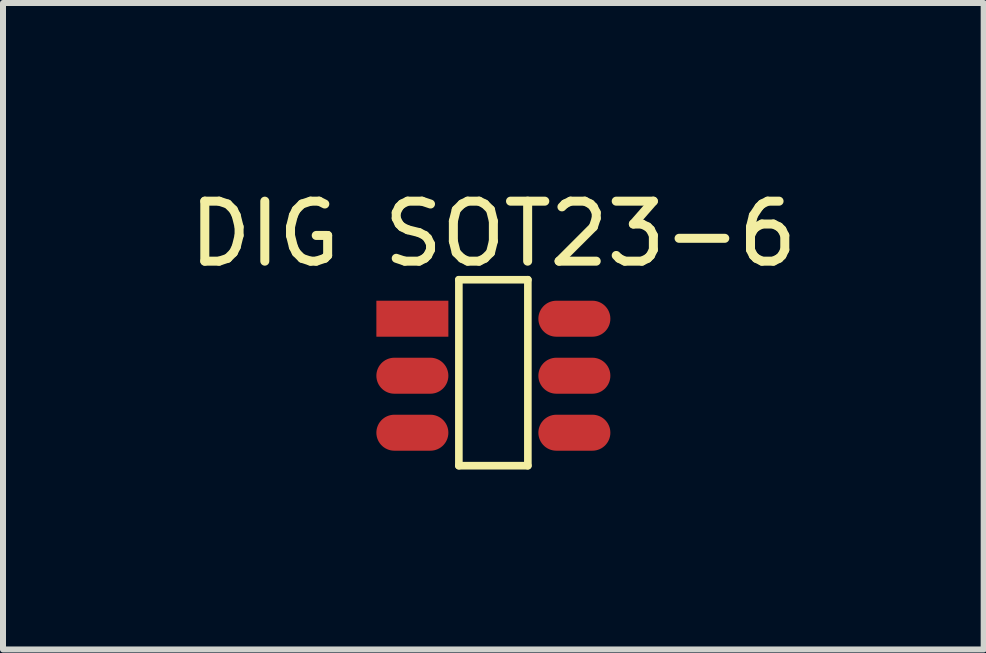
<source format=kicad_pcb>
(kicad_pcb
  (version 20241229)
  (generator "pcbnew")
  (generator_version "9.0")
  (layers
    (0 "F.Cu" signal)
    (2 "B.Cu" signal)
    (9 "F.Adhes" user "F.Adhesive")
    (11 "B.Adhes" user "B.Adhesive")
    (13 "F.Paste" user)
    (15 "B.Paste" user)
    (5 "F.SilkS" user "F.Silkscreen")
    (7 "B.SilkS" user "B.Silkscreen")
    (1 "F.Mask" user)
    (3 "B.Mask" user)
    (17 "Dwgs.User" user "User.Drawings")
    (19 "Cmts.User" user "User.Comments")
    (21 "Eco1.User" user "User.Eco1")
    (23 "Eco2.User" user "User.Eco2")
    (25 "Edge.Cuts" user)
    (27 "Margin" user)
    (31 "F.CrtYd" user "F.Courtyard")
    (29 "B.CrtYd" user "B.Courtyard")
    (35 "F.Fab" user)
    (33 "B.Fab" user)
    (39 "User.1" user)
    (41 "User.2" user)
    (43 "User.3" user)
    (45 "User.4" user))
  (footprint "DIG SOT23-6"
    (layer "F.Cu")
    (at 5.173 3.212)
    (property "Reference" "DIG SOT23-6" (at 0 -2.364 0) (layer "F.SilkS") (effects (font (size 1 1) (thickness 0.15))))
    (fp_line (start -0.575 -1.6) (end 0.575 -1.6) (stroke (width 0.127) (type solid)) (layer "F.SilkS"))
    (fp_line (start -0.575 1.5) (end -0.575 -1.6) (stroke (width 0.127) (type solid)) (layer "F.SilkS"))
    (fp_line (start -0.575 1.5) (end 0.575 1.5) (stroke (width 0.127) (type solid)) (layer "F.SilkS"))
    (fp_line (start 0.575 1.5) (end 0.575 -1.6) (stroke (width 0.127) (type solid)) (layer "F.SilkS"))
    (pad "1" smd rect (at -1.35 -0.95 90) (size 0.6 1.2) (layers "F.Cu" "F.Mask" "F.Paste"))
    (pad "2" smd oval (at -1.35 0 90) (size 0.6 1.2) (layers "F.Cu" "F.Mask" "F.Paste"))
    (pad "3" smd oval (at -1.35 0.95 90) (size 0.6 1.2) (layers "F.Cu" "F.Mask" "F.Paste"))
    (pad "4" smd oval (at 1.35 0.95 90) (size 0.6 1.2) (layers "F.Cu" "F.Mask" "F.Paste"))
    (pad "5" smd oval (at 1.35 0 90) (size 0.6 1.2) (layers "F.Cu" "F.Mask" "F.Paste"))
    (pad "6" smd oval (at 1.35 -0.95 90) (size 0.6 1.2) (layers "F.Cu" "F.Mask" "F.Paste")))
  (gr_rect
    (start -3 -3)
    (end 13.345 7.775)
    (stroke (width 0.1) (type default))
    (fill no)
    (layer "Edge.Cuts")))
</source>
